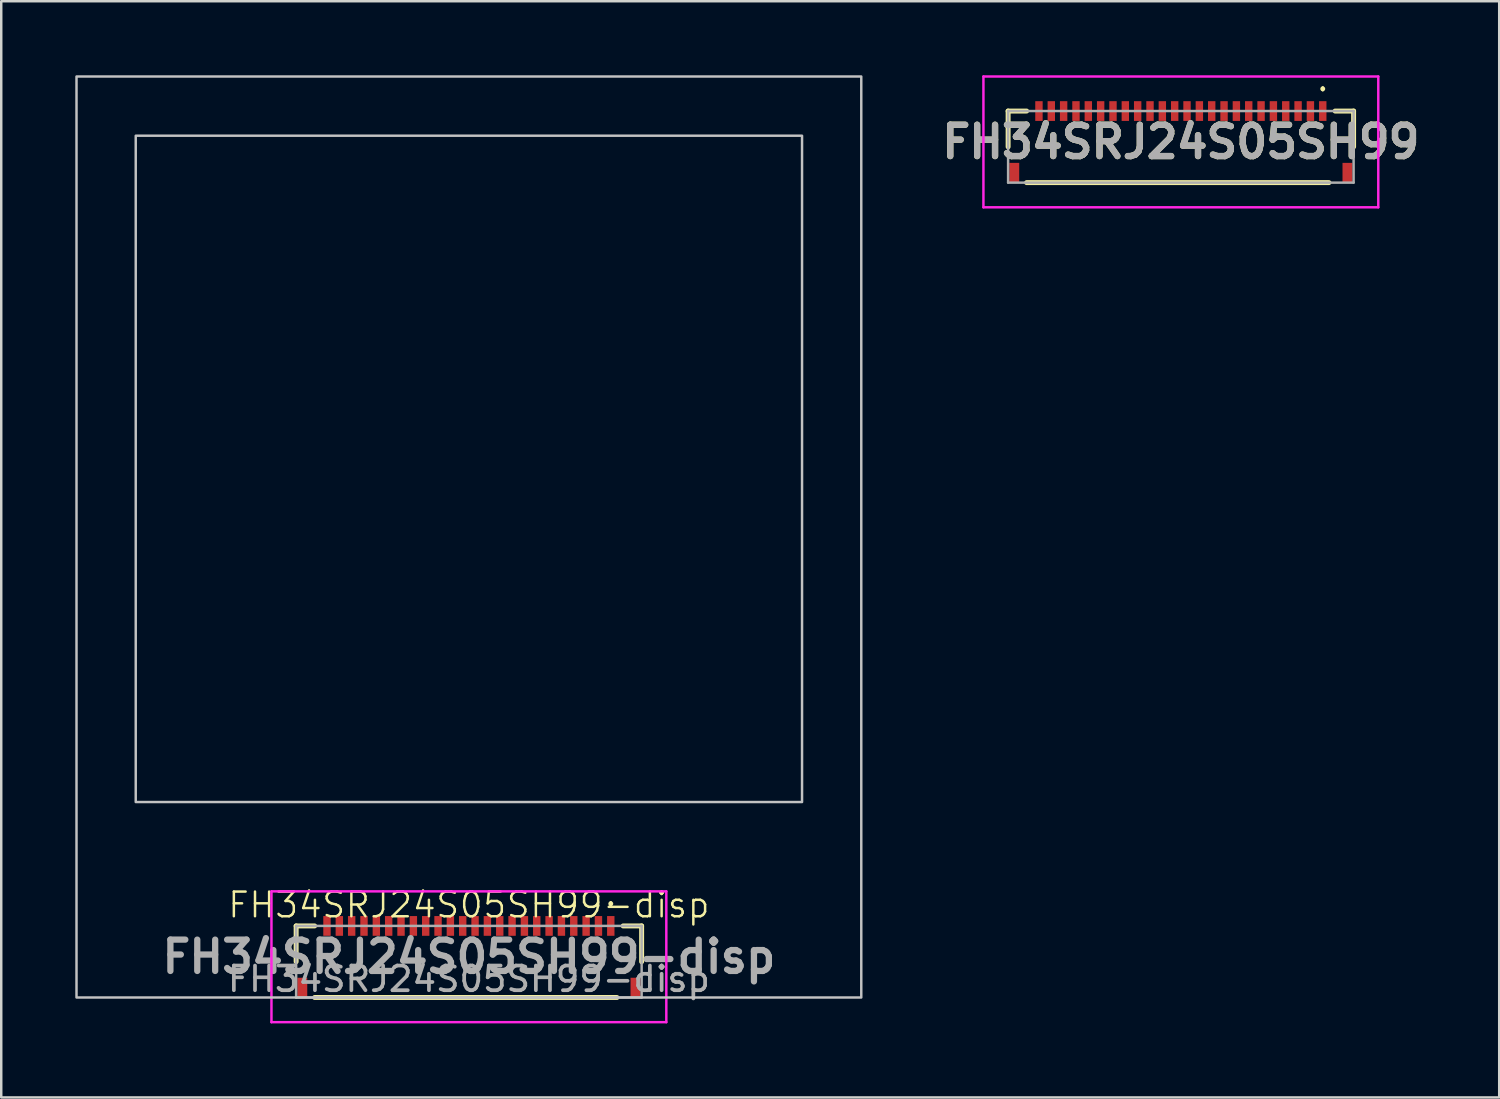
<source format=kicad_pcb>
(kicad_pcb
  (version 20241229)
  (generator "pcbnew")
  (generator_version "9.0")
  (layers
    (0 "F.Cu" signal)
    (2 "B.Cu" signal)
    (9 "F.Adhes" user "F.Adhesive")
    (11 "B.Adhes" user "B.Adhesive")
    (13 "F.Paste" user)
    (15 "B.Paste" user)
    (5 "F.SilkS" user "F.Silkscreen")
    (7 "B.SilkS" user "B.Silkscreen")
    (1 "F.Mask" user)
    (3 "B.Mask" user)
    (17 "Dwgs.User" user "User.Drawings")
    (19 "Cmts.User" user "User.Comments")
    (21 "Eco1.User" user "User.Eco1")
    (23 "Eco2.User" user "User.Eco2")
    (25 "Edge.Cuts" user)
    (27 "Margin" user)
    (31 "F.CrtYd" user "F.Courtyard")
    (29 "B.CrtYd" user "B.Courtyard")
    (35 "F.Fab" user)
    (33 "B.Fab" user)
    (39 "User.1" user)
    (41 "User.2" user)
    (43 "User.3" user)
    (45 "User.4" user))
  (footprint "FH34SRJ24S05SH99-disp"
    (layer "F.Cu")
    (at 15.95 35.92)
    (property "Reference" "FH34SRJ24S05SH99-disp" (at 0 -2.3 0) (unlocked yes) (layer "F.SilkS") (effects (font (size 1 1) (thickness 0.1))))
    (attr smd)
    (fp_line (start -7 -1.45) (end -7 0) (stroke (width 0.2) (type solid)) (layer "F.SilkS"))
    (fp_line (start -6.25 -1.45) (end -7 -1.45) (stroke (width 0.2) (type solid)) (layer "F.SilkS"))
    (fp_line (start -6.25 1.45) (end 6 1.45) (stroke (width 0.2) (type solid)) (layer "F.SilkS"))
    (fp_line (start 5.75 -2.4) (end 5.75 -2.4) (stroke (width 0.1) (type solid)) (layer "F.SilkS"))
    (fp_line (start 5.75 -2.3) (end 5.75 -2.3) (stroke (width 0.1) (type solid)) (layer "F.SilkS"))
    (fp_line (start 6.25 -1.45) (end 7 -1.45) (stroke (width 0.2) (type solid)) (layer "F.SilkS"))
    (fp_line (start 7 -1.45) (end 7 0) (stroke (width 0.2) (type solid)) (layer "F.SilkS"))
    (fp_arc (start 5.75 -2.4) (mid 5.8 -2.35) (end 5.75 -2.3) (stroke (width 0.1) (type solid)) (layer "F.SilkS"))
    (fp_arc (start 5.75 -2.3) (mid 5.7 -2.35) (end 5.75 -2.4) (stroke (width 0.1) (type solid)) (layer "F.SilkS"))
    (fp_rect (start -15.9 -35.87) (end 15.9 1.45) (stroke (width 0.1) (type solid)) (fill no) (layer "Dwgs.User"))
    (fp_rect (start -13.5 -33.47) (end 13.5 -6.47) (stroke (width 0.1) (type solid)) (fill no) (layer "Dwgs.User"))
    (fp_line (start -8 -2.85) (end 8 -2.85) (stroke (width 0.1) (type solid)) (layer "F.CrtYd"))
    (fp_line (start -8 2.45) (end -8 -2.85) (stroke (width 0.1) (type solid)) (layer "F.CrtYd"))
    (fp_line (start 8 -2.85) (end 8 2.45) (stroke (width 0.1) (type solid)) (layer "F.CrtYd"))
    (fp_line (start 8 2.45) (end -8 2.45) (stroke (width 0.1) (type solid)) (layer "F.CrtYd"))
    (fp_line (start -7 -1.45) (end 7 -1.45) (stroke (width 0.1) (type solid)) (layer "F.Fab"))
    (fp_line (start -7 1.45) (end -7 -1.45) (stroke (width 0.1) (type solid)) (layer "F.Fab"))
    (fp_line (start 7 -1.45) (end 7 1.45) (stroke (width 0.1) (type solid)) (layer "F.Fab"))
    (fp_line (start 7 1.45) (end -7 1.45) (stroke (width 0.1) (type solid)) (layer "F.Fab"))
    (fp_text user "${REFERENCE}" (at 0 0.7 0) (unlocked yes) (layer "F.Fab") (effects (font (size 1 1) (thickness 0.15))))
    (fp_text user "${REFERENCE}" (at 0 -0.2 0) (layer "F.Fab") (effects (font (size 1.27 1.27) (thickness 0.254))))
    (pad "1" smd rect (at -5.75 -1.45) (size 0.3 0.8) (layers "F.Cu" "F.Mask" "F.Paste"))
    (pad "2" smd rect (at -5.25 -1.45) (size 0.3 0.8) (layers "F.Cu" "F.Mask" "F.Paste"))
    (pad "3" smd rect (at -4.75 -1.45) (size 0.3 0.8) (layers "F.Cu" "F.Mask" "F.Paste"))
    (pad "4" smd rect (at -4.25 -1.45) (size 0.3 0.8) (layers "F.Cu" "F.Mask" "F.Paste"))
    (pad "5" smd rect (at -3.75 -1.45) (size 0.3 0.8) (layers "F.Cu" "F.Mask" "F.Paste"))
    (pad "6" smd rect (at -3.25 -1.45) (size 0.3 0.8) (layers "F.Cu" "F.Mask" "F.Paste"))
    (pad "7" smd rect (at -2.75 -1.45) (size 0.3 0.8) (layers "F.Cu" "F.Mask" "F.Paste"))
    (pad "8" smd rect (at -2.25 -1.45) (size 0.3 0.8) (layers "F.Cu" "F.Mask" "F.Paste"))
    (pad "9" smd rect (at -1.75 -1.45) (size 0.3 0.8) (layers "F.Cu" "F.Mask" "F.Paste"))
    (pad "10" smd rect (at -1.25 -1.45) (size 0.3 0.8) (layers "F.Cu" "F.Mask" "F.Paste"))
    (pad "11" smd rect (at -0.75 -1.45) (size 0.3 0.8) (layers "F.Cu" "F.Mask" "F.Paste"))
    (pad "12" smd rect (at -0.25 -1.45) (size 0.3 0.8) (layers "F.Cu" "F.Mask" "F.Paste"))
    (pad "13" smd rect (at 0.25 -1.45) (size 0.3 0.8) (layers "F.Cu" "F.Mask" "F.Paste"))
    (pad "14" smd rect (at 0.75 -1.45) (size 0.3 0.8) (layers "F.Cu" "F.Mask" "F.Paste"))
    (pad "15" smd rect (at 1.25 -1.45) (size 0.3 0.8) (layers "F.Cu" "F.Mask" "F.Paste"))
    (pad "16" smd rect (at 1.75 -1.45) (size 0.3 0.8) (layers "F.Cu" "F.Mask" "F.Paste"))
    (pad "17" smd rect (at 2.25 -1.45) (size 0.3 0.8) (layers "F.Cu" "F.Mask" "F.Paste"))
    (pad "18" smd rect (at 2.75 -1.45) (size 0.3 0.8) (layers "F.Cu" "F.Mask" "F.Paste"))
    (pad "19" smd rect (at 3.25 -1.45) (size 0.3 0.8) (layers "F.Cu" "F.Mask" "F.Paste"))
    (pad "20" smd rect (at 3.75 -1.45) (size 0.3 0.8) (layers "F.Cu" "F.Mask" "F.Paste"))
    (pad "21" smd rect (at 4.25 -1.45) (size 0.3 0.8) (layers "F.Cu" "F.Mask" "F.Paste"))
    (pad "22" smd rect (at 4.75 -1.45) (size 0.3 0.8) (layers "F.Cu" "F.Mask" "F.Paste"))
    (pad "23" smd rect (at 5.25 -1.45) (size 0.3 0.8) (layers "F.Cu" "F.Mask" "F.Paste"))
    (pad "24" smd rect (at 5.75 -1.45) (size 0.3 0.8) (layers "F.Cu" "F.Mask" "F.Paste"))
    (pad "MP1" smd rect (at 6.75 1.05) (size 0.4 0.8) (layers "F.Cu" "F.Mask" "F.Paste"))
    (pad "MP2" smd rect (at -6.75 1.05) (size 0.4 0.8) (layers "F.Cu" "F.Mask" "F.Paste")))
  (footprint "FH34SRJ24S05SH99"
    (layer "F.Cu")
    (at 44.8 2.9)
    (property "Reference" "FH34SRJ24S05SH99" (at 0 -0.2 0) (layer "F.SilkS") (effects (font (size 1.27 1.27) (thickness 0.254))))
    (attr smd)
    (fp_line (start -7 -1.45) (end -7 0) (stroke (width 0.2) (type solid)) (layer "F.SilkS"))
    (fp_line (start -6.25 -1.45) (end -7 -1.45) (stroke (width 0.2) (type solid)) (layer "F.SilkS"))
    (fp_line (start -6.25 1.45) (end 6 1.45) (stroke (width 0.2) (type solid)) (layer "F.SilkS"))
    (fp_line (start 5.75 -2.4) (end 5.75 -2.4) (stroke (width 0.1) (type solid)) (layer "F.SilkS"))
    (fp_line (start 5.75 -2.3) (end 5.75 -2.3) (stroke (width 0.1) (type solid)) (layer "F.SilkS"))
    (fp_line (start 6.25 -1.45) (end 7 -1.45) (stroke (width 0.2) (type solid)) (layer "F.SilkS"))
    (fp_line (start 7 -1.45) (end 7 0) (stroke (width 0.2) (type solid)) (layer "F.SilkS"))
    (fp_arc (start 5.75 -2.4) (mid 5.8 -2.35) (end 5.75 -2.3) (stroke (width 0.1) (type solid)) (layer "F.SilkS"))
    (fp_arc (start 5.75 -2.3) (mid 5.7 -2.35) (end 5.75 -2.4) (stroke (width 0.1) (type solid)) (layer "F.SilkS"))
    (fp_line (start -8 -2.85) (end 8 -2.85) (stroke (width 0.1) (type solid)) (layer "F.CrtYd"))
    (fp_line (start -8 2.45) (end -8 -2.85) (stroke (width 0.1) (type solid)) (layer "F.CrtYd"))
    (fp_line (start 8 -2.85) (end 8 2.45) (stroke (width 0.1) (type solid)) (layer "F.CrtYd"))
    (fp_line (start 8 2.45) (end -8 2.45) (stroke (width 0.1) (type solid)) (layer "F.CrtYd"))
    (fp_line (start -7 -1.45) (end 7 -1.45) (stroke (width 0.1) (type solid)) (layer "F.Fab"))
    (fp_line (start -7 1.45) (end -7 -1.45) (stroke (width 0.1) (type solid)) (layer "F.Fab"))
    (fp_line (start 7 -1.45) (end 7 1.45) (stroke (width 0.1) (type solid)) (layer "F.Fab"))
    (fp_line (start 7 1.45) (end -7 1.45) (stroke (width 0.1) (type solid)) (layer "F.Fab"))
    (fp_text user "${REFERENCE}" (at 0 -0.2 0) (layer "F.Fab") (effects (font (size 1.27 1.27) (thickness 0.254))))
    (pad "1" smd rect (at 5.75 -1.45) (size 0.3 0.8) (layers "F.Cu" "F.Mask" "F.Paste"))
    (pad "2" smd rect (at 5.25 -1.45) (size 0.3 0.8) (layers "F.Cu" "F.Mask" "F.Paste"))
    (pad "3" smd rect (at 4.75 -1.45) (size 0.3 0.8) (layers "F.Cu" "F.Mask" "F.Paste"))
    (pad "4" smd rect (at 4.25 -1.45) (size 0.3 0.8) (layers "F.Cu" "F.Mask" "F.Paste"))
    (pad "5" smd rect (at 3.75 -1.45) (size 0.3 0.8) (layers "F.Cu" "F.Mask" "F.Paste"))
    (pad "6" smd rect (at 3.25 -1.45) (size 0.3 0.8) (layers "F.Cu" "F.Mask" "F.Paste"))
    (pad "7" smd rect (at 2.75 -1.45) (size 0.3 0.8) (layers "F.Cu" "F.Mask" "F.Paste"))
    (pad "8" smd rect (at 2.25 -1.45) (size 0.3 0.8) (layers "F.Cu" "F.Mask" "F.Paste"))
    (pad "9" smd rect (at 1.75 -1.45) (size 0.3 0.8) (layers "F.Cu" "F.Mask" "F.Paste"))
    (pad "10" smd rect (at 1.25 -1.45) (size 0.3 0.8) (layers "F.Cu" "F.Mask" "F.Paste"))
    (pad "11" smd rect (at 0.75 -1.45) (size 0.3 0.8) (layers "F.Cu" "F.Mask" "F.Paste"))
    (pad "12" smd rect (at 0.25 -1.45) (size 0.3 0.8) (layers "F.Cu" "F.Mask" "F.Paste"))
    (pad "13" smd rect (at -0.25 -1.45) (size 0.3 0.8) (layers "F.Cu" "F.Mask" "F.Paste"))
    (pad "14" smd rect (at -0.75 -1.45) (size 0.3 0.8) (layers "F.Cu" "F.Mask" "F.Paste"))
    (pad "15" smd rect (at -1.25 -1.45) (size 0.3 0.8) (layers "F.Cu" "F.Mask" "F.Paste"))
    (pad "16" smd rect (at -1.75 -1.45) (size 0.3 0.8) (layers "F.Cu" "F.Mask" "F.Paste"))
    (pad "17" smd rect (at -2.25 -1.45) (size 0.3 0.8) (layers "F.Cu" "F.Mask" "F.Paste"))
    (pad "18" smd rect (at -2.75 -1.45) (size 0.3 0.8) (layers "F.Cu" "F.Mask" "F.Paste"))
    (pad "19" smd rect (at -3.25 -1.45) (size 0.3 0.8) (layers "F.Cu" "F.Mask" "F.Paste"))
    (pad "20" smd rect (at -3.75 -1.45) (size 0.3 0.8) (layers "F.Cu" "F.Mask" "F.Paste"))
    (pad "21" smd rect (at -4.25 -1.45) (size 0.3 0.8) (layers "F.Cu" "F.Mask" "F.Paste"))
    (pad "22" smd rect (at -4.75 -1.45) (size 0.3 0.8) (layers "F.Cu" "F.Mask" "F.Paste"))
    (pad "23" smd rect (at -5.25 -1.45) (size 0.3 0.8) (layers "F.Cu" "F.Mask" "F.Paste"))
    (pad "24" smd rect (at -5.75 -1.45) (size 0.3 0.8) (layers "F.Cu" "F.Mask" "F.Paste"))
    (pad "MP1" smd rect (at 6.75 1.05) (size 0.4 0.8) (layers "F.Cu" "F.Mask" "F.Paste"))
    (pad "MP2" smd rect (at -6.75 1.05) (size 0.4 0.8) (layers "F.Cu" "F.Mask" "F.Paste")))
  (gr_rect
    (start -3 -3)
    (end 57.7 41.42)
    (stroke (width 0.1) (type default))
    (fill no)
    (layer "Edge.Cuts")))
</source>
